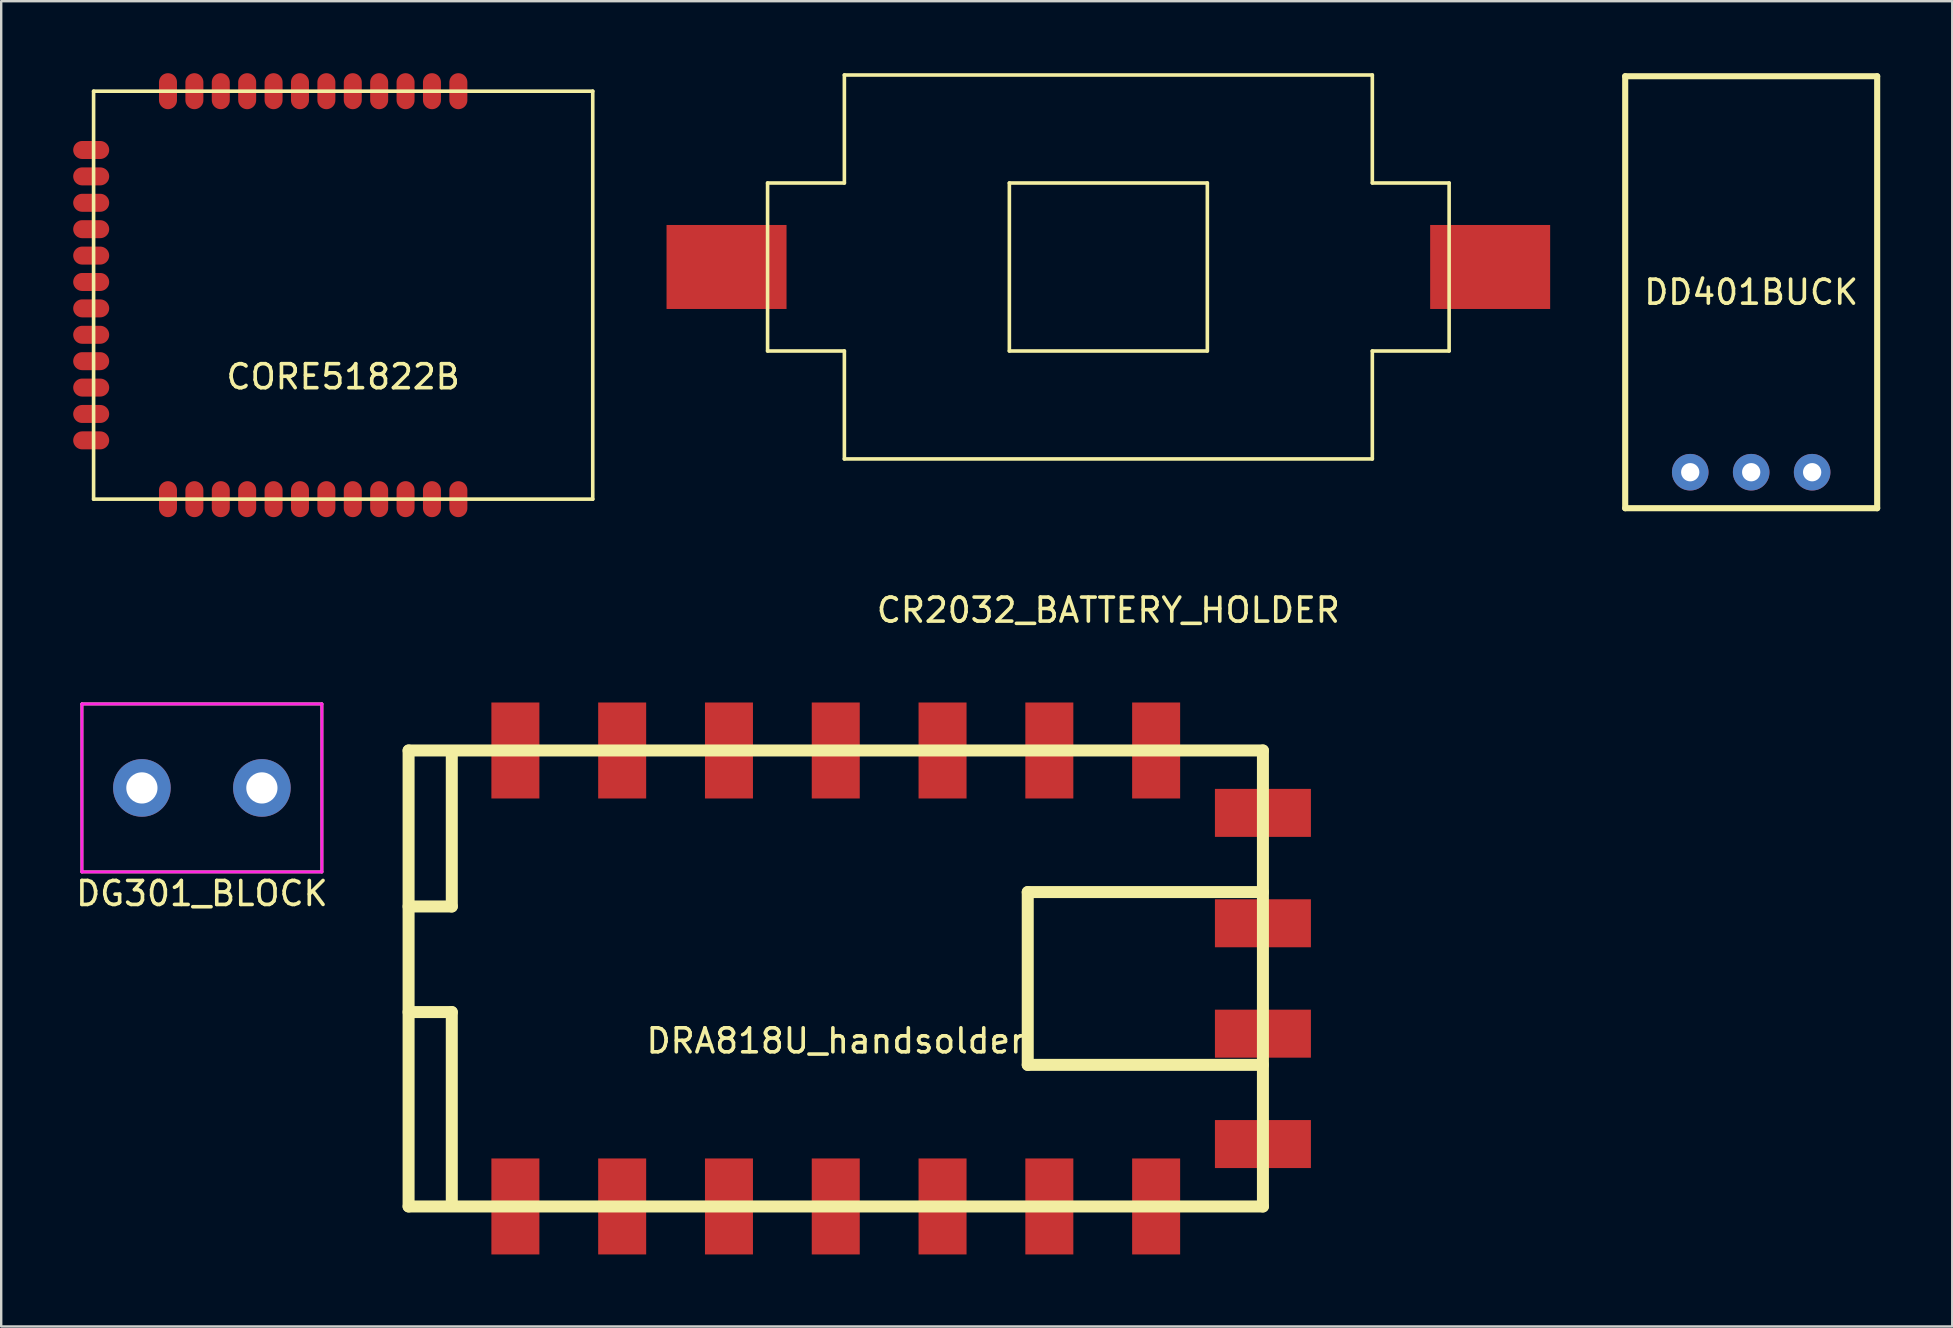
<source format=kicad_pcb>
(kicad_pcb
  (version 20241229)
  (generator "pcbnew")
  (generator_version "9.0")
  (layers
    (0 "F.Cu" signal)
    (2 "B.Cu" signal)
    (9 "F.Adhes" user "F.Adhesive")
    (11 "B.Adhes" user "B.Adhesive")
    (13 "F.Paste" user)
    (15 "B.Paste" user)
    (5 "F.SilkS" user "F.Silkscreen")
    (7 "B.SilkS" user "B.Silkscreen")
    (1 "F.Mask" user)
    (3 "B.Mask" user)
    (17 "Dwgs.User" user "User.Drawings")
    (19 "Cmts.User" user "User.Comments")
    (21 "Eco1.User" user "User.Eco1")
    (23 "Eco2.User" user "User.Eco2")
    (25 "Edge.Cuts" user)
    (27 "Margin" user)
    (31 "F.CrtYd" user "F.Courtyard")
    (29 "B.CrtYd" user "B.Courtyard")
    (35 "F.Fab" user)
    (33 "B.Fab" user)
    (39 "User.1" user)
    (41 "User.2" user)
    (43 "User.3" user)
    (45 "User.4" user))
  (footprint "CR2032_BATTERY_HOLDER"
    (layer "F.Cu")
    (at 43.135 8.075)
    (property "Reference" "CR2032_BATTERY_HOLDER" (at 0 14.3 0) (layer "F.SilkS") (effects (font (size 1 1) (thickness 0.15))))
    (attr through_hole)
    (fp_line (start -14.2 -3.5) (end -14.2 3.5) (stroke (width 0.15) (type solid)) (layer "F.SilkS"))
    (fp_line (start -11 -8) (end -11 -3.5) (stroke (width 0.15) (type solid)) (layer "F.SilkS"))
    (fp_line (start -11 -8) (end 11 -8) (stroke (width 0.15) (type solid)) (layer "F.SilkS"))
    (fp_line (start -11 -3.5) (end -14.2 -3.5) (stroke (width 0.15) (type solid)) (layer "F.SilkS"))
    (fp_line (start -11 3.5) (end -14.2 3.5) (stroke (width 0.15) (type solid)) (layer "F.SilkS"))
    (fp_line (start -11 8) (end -11 3.5) (stroke (width 0.15) (type solid)) (layer "F.SilkS"))
    (fp_line (start -11 8) (end 11 8) (stroke (width 0.15) (type solid)) (layer "F.SilkS"))
    (fp_line (start -4.125 -3.5) (end 4.125 -3.5) (stroke (width 0.15) (type solid)) (layer "F.SilkS"))
    (fp_line (start -4.125 3.5) (end -4.125 -3.5) (stroke (width 0.15) (type solid)) (layer "F.SilkS"))
    (fp_line (start 4.125 -3.5) (end 4.125 3.5) (stroke (width 0.15) (type solid)) (layer "F.SilkS"))
    (fp_line (start 4.125 3.5) (end -4.125 3.5) (stroke (width 0.15) (type solid)) (layer "F.SilkS"))
    (fp_line (start 11 -8) (end 11 -3.5) (stroke (width 0.15) (type solid)) (layer "F.SilkS"))
    (fp_line (start 11 -3.5) (end 14.2 -3.5) (stroke (width 0.15) (type solid)) (layer "F.SilkS"))
    (fp_line (start 11 3.5) (end 14.2 3.5) (stroke (width 0.15) (type solid)) (layer "F.SilkS"))
    (fp_line (start 11 8) (end 11 3.5) (stroke (width 0.15) (type solid)) (layer "F.SilkS"))
    (fp_line (start 14.2 -3.5) (end 14.2 3.5) (stroke (width 0.15) (type solid)) (layer "F.SilkS"))
    (pad "1" smd rect (at -15.91 0) (size 5 3.5) (layers "F.Cu" "F.Mask" "F.Paste"))
    (pad "2" smd rect (at 15.91 0) (size 5 3.5) (layers "F.Cu" "F.Mask" "F.Paste")))
  (footprint "DG301_BLOCK"
    (layer "F.Cu")
    (at 5.363 29.783)
    (property "Reference" "DG301_BLOCK" (at 0 4.4 0) (layer "F.SilkS") (effects (font (size 1 1) (thickness 0.15))))
    (attr through_hole)
    (fp_line (start -5 -3.5) (end 5 -3.5) (stroke (width 0.12) (type solid)) (layer "F.SilkS"))
    (fp_line (start -5 3.5) (end -5 -3.5) (stroke (width 0.12) (type solid)) (layer "F.SilkS"))
    (fp_line (start 5 -3.5) (end 5 3.5) (stroke (width 0.12) (type solid)) (layer "F.SilkS"))
    (fp_line (start 5 3.5) (end -5 3.5) (stroke (width 0.12) (type solid)) (layer "F.SilkS"))
    (fp_line (start -5 -3.5) (end 5 -3.5) (stroke (width 0.12) (type solid)) (layer "F.CrtYd"))
    (fp_line (start -5 3.5) (end -5 -3.5) (stroke (width 0.12) (type solid)) (layer "F.CrtYd"))
    (fp_line (start 5 -3.5) (end 5 3.5) (stroke (width 0.12) (type solid)) (layer "F.CrtYd"))
    (fp_line (start 5 3.5) (end -5 3.5) (stroke (width 0.12) (type solid)) (layer "F.CrtYd"))
    (pad "1" thru_hole circle (at -2.5 0) (size 2.4 2.4) (drill 1.3) (layers "*.Cu" "*.Mask"))
    (pad "2" thru_hole circle (at 2.5 0) (size 2.4 2.4) (drill 1.3) (layers "*.Cu" "*.Mask")))
  (footprint "CORE51822B"
    (layer "F.Cu")
    (at 11.25 9.25)
    (property "Reference" "CORE51822B" (at 0 3.4 0) (layer "F.SilkS") (effects (font (size 1 1) (thickness 0.15))))
    (attr through_hole)
    (fp_line (start -10.4 -8.5) (end 10.4 -8.5) (stroke (width 0.15) (type solid)) (layer "F.SilkS"))
    (fp_line (start -10.4 8.5) (end -10.4 -8.5) (stroke (width 0.15) (type solid)) (layer "F.SilkS"))
    (fp_line (start 10.4 -8.5) (end 10.4 8.5) (stroke (width 0.15) (type solid)) (layer "F.SilkS"))
    (fp_line (start 10.4 8.5) (end -10.4 8.5) (stroke (width 0.15) (type solid)) (layer "F.SilkS"))
    (pad "1" smd oval (at 4.8 -8.5) (size 0.75 1.5) (layers "F.Cu" "F.Mask" "F.Paste"))
    (pad "2" smd oval (at 3.7 -8.5) (size 0.75 1.5) (layers "F.Cu" "F.Mask" "F.Paste"))
    (pad "3" smd oval (at 2.6 -8.5) (size 0.75 1.5) (layers "F.Cu" "F.Mask" "F.Paste"))
    (pad "4" smd oval (at 1.5 -8.5) (size 0.75 1.5) (layers "F.Cu" "F.Mask" "F.Paste"))
    (pad "5" smd oval (at 0.4 -8.5) (size 0.75 1.5) (layers "F.Cu" "F.Mask" "F.Paste"))
    (pad "6" smd oval (at -0.7 -8.5) (size 0.75 1.5) (layers "F.Cu" "F.Mask" "F.Paste"))
    (pad "7" smd oval (at -1.8 -8.5) (size 0.75 1.5) (layers "F.Cu" "F.Mask" "F.Paste"))
    (pad "8" smd oval (at -2.9 -8.5) (size 0.75 1.5) (layers "F.Cu" "F.Mask" "F.Paste"))
    (pad "9" smd oval (at -4 -8.5) (size 0.75 1.5) (layers "F.Cu" "F.Mask" "F.Paste"))
    (pad "10" smd oval (at -5.1 -8.5) (size 0.75 1.5) (layers "F.Cu" "F.Mask" "F.Paste"))
    (pad "11" smd oval (at -6.2 -8.5) (size 0.75 1.5) (layers "F.Cu" "F.Mask" "F.Paste"))
    (pad "12" smd oval (at -7.3 -8.5) (size 0.75 1.5) (layers "F.Cu" "F.Mask" "F.Paste"))
    (pad "13" smd oval (at -10.5 -6.05) (size 1.5 0.75) (layers "F.Cu" "F.Mask" "F.Paste"))
    (pad "14" smd oval (at -10.5 -4.95) (size 1.5 0.75) (layers "F.Cu" "F.Mask" "F.Paste"))
    (pad "15" smd oval (at -10.5 -3.85) (size 1.5 0.75) (layers "F.Cu" "F.Mask" "F.Paste"))
    (pad "16" smd oval (at -10.5 -2.75) (size 1.5 0.75) (layers "F.Cu" "F.Mask" "F.Paste"))
    (pad "17" smd oval (at -10.5 -1.65) (size 1.5 0.75) (layers "F.Cu" "F.Mask" "F.Paste"))
    (pad "18" smd oval (at -10.5 -0.55) (size 1.5 0.75) (layers "F.Cu" "F.Mask" "F.Paste"))
    (pad "19" smd oval (at -10.5 0.55) (size 1.5 0.75) (layers "F.Cu" "F.Mask" "F.Paste"))
    (pad "20" smd oval (at -10.5 1.65) (size 1.5 0.75) (layers "F.Cu" "F.Mask" "F.Paste"))
    (pad "21" smd oval (at -10.5 2.75) (size 1.5 0.75) (layers "F.Cu" "F.Mask" "F.Paste"))
    (pad "22" smd oval (at -10.5 3.85) (size 1.5 0.75) (layers "F.Cu" "F.Mask" "F.Paste"))
    (pad "23" smd oval (at -10.5 4.95) (size 1.5 0.75) (layers "F.Cu" "F.Mask" "F.Paste"))
    (pad "24" smd oval (at -10.5 6.05) (size 1.5 0.75) (layers "F.Cu" "F.Mask" "F.Paste"))
    (pad "25" smd oval (at -7.3 8.5) (size 0.75 1.5) (layers "F.Cu" "F.Mask" "F.Paste"))
    (pad "26" smd oval (at -6.2 8.5) (size 0.75 1.5) (layers "F.Cu" "F.Mask" "F.Paste"))
    (pad "27" smd oval (at -5.1 8.5) (size 0.75 1.5) (layers "F.Cu" "F.Mask" "F.Paste"))
    (pad "28" smd oval (at -4 8.5) (size 0.75 1.5) (layers "F.Cu" "F.Mask" "F.Paste"))
    (pad "29" smd oval (at -2.9 8.5) (size 0.75 1.5) (layers "F.Cu" "F.Mask" "F.Paste"))
    (pad "30" smd oval (at -1.8 8.5) (size 0.75 1.5) (layers "F.Cu" "F.Mask" "F.Paste"))
    (pad "31" smd oval (at -0.7 8.5) (size 0.75 1.5) (layers "F.Cu" "F.Mask" "F.Paste"))
    (pad "32" smd oval (at 0.4 8.5) (size 0.75 1.5) (layers "F.Cu" "F.Mask" "F.Paste"))
    (pad "33" smd oval (at 1.5 8.5) (size 0.75 1.5) (layers "F.Cu" "F.Mask" "F.Paste"))
    (pad "34" smd oval (at 2.6 8.5) (size 0.75 1.5) (layers "F.Cu" "F.Mask" "F.Paste"))
    (pad "35" smd oval (at 3.7 8.5) (size 0.75 1.5) (layers "F.Cu" "F.Mask" "F.Paste"))
    (pad "36" smd oval (at 4.8 8.5) (size 0.75 1.5) (layers "F.Cu" "F.Mask" "F.Paste")))
  (footprint "DD401BUCK"
    (layer "F.Cu")
    (at 69.922 9.127)
    (property "Reference" "DD401BUCK" (at 0 0 0) (layer "F.SilkS") (effects (font (size 1 1) (thickness 0.15))))
    (attr through_hole)
    (fp_line (start -5.25 -9) (end -5.25 9) (stroke (width 0.254) (type solid)) (layer "F.SilkS"))
    (fp_line (start -5.25 9) (end 5.25 9) (stroke (width 0.254) (type solid)) (layer "F.SilkS"))
    (fp_line (start 5.25 -9) (end -5.25 -9) (stroke (width 0.254) (type solid)) (layer "F.SilkS"))
    (fp_line (start 5.25 9) (end 5.25 -9) (stroke (width 0.254) (type solid)) (layer "F.SilkS"))
    (pad "1" thru_hole circle (at -2.54 7.5) (size 1.524 1.524) (drill 0.762) (layers "*.Cu" "*.Mask"))
    (pad "2" thru_hole circle (at 0 7.5) (size 1.524 1.524) (drill 0.762) (layers "*.Cu" "*.Mask"))
    (pad "3" thru_hole circle (at 2.54 7.5) (size 1.524 1.524) (drill 0.762) (layers "*.Cu" "*.Mask")))
  (footprint "DRA818U_handsolder"
    (layer "F.Cu")
    (at 31.776 37.723)
    (property "Reference" "DRA818U_handsolder" (at 0 2.6 0) (layer "F.SilkS") (effects (font (size 1 1) (thickness 0.15))))
    (attr through_hole)
    (fp_line (start -17.8 -9.5) (end -17.8 9.5) (stroke (width 0.5) (type solid)) (layer "F.SilkS"))
    (fp_line (start -17.8 -9.5) (end 17.8 -9.5) (stroke (width 0.5) (type solid)) (layer "F.SilkS"))
    (fp_line (start -17.8 9.5) (end 17.8 9.5) (stroke (width 0.5) (type solid)) (layer "F.SilkS"))
    (fp_line (start -16 -9.4) (end -16 -3) (stroke (width 0.5) (type solid)) (layer "F.SilkS"))
    (fp_line (start -16 -3) (end -17.8 -3) (stroke (width 0.5) (type solid)) (layer "F.SilkS"))
    (fp_line (start -16 1.4) (end -17.8 1.4) (stroke (width 0.5) (type solid)) (layer "F.SilkS"))
    (fp_line (start -16 1.4) (end -16 9.4) (stroke (width 0.5) (type solid)) (layer "F.SilkS"))
    (fp_line (start 8 -3.6) (end 8 3.6) (stroke (width 0.5) (type solid)) (layer "F.SilkS"))
    (fp_line (start 8 3.6) (end 17.8 3.6) (stroke (width 0.5) (type solid)) (layer "F.SilkS"))
    (fp_line (start 17.8 -9.5) (end 17.8 9.5) (stroke (width 0.5) (type solid)) (layer "F.SilkS"))
    (fp_line (start 17.8 -3.6) (end 8 -3.6) (stroke (width 0.5) (type solid)) (layer "F.SilkS"))
    (pad "1" smd rect (at -13.35 -9.5) (size 2 4) (layers "F.Cu" "F.Mask" "F.Paste"))
    (pad "2" smd rect (at -8.9 -9.5) (size 2 4) (layers "F.Cu" "F.Mask" "F.Paste"))
    (pad "3" smd rect (at -4.45 -9.5) (size 2 4) (layers "F.Cu" "F.Mask" "F.Paste"))
    (pad "4" smd rect (at 0 -9.5) (size 2 4) (layers "F.Cu" "F.Mask" "F.Paste"))
    (pad "5" smd rect (at 4.45 -9.5) (size 2 4) (layers "F.Cu" "F.Mask" "F.Paste"))
    (pad "6" smd rect (at 8.9 -9.5) (size 2 4) (layers "F.Cu" "F.Mask" "F.Paste"))
    (pad "7" smd rect (at 13.35 -9.5) (size 2 4) (layers "F.Cu" "F.Mask" "F.Paste"))
    (pad "8" smd rect (at 17.8 -6.9 90) (size 2 4) (layers "F.Cu" "F.Mask" "F.Paste"))
    (pad "9" smd rect (at 17.8 -2.3 90) (size 2 4) (layers "F.Cu" "F.Mask" "F.Paste"))
    (pad "10" smd rect (at 17.8 2.3 90) (size 2 4) (layers "F.Cu" "F.Mask" "F.Paste"))
    (pad "11" smd rect (at 17.8 6.9 90) (size 2 4) (layers "F.Cu" "F.Mask" "F.Paste"))
    (pad "12" smd rect (at 13.35 9.5) (size 2 4) (layers "F.Cu" "F.Mask" "F.Paste"))
    (pad "13" smd rect (at 8.9 9.5) (size 2 4) (layers "F.Cu" "F.Mask" "F.Paste"))
    (pad "14" smd rect (at 4.45 9.5) (size 2 4) (layers "F.Cu" "F.Mask" "F.Paste"))
    (pad "15" smd rect (at 0 9.5) (size 2 4) (layers "F.Cu" "F.Mask" "F.Paste"))
    (pad "16" smd rect (at -4.45 9.5) (size 2 4) (layers "F.Cu" "F.Mask" "F.Paste"))
    (pad "17" smd rect (at -8.9 9.5) (size 2 4) (layers "F.Cu" "F.Mask" "F.Paste"))
    (pad "18" smd rect (at -13.35 9.5) (size 2 4) (layers "F.Cu" "F.Mask" "F.Paste")))
  (gr_rect
    (start -3 -3)
    (end 78.299 52.223)
    (stroke (width 0.1) (type default))
    (fill no)
    (layer "Edge.Cuts")))
</source>
